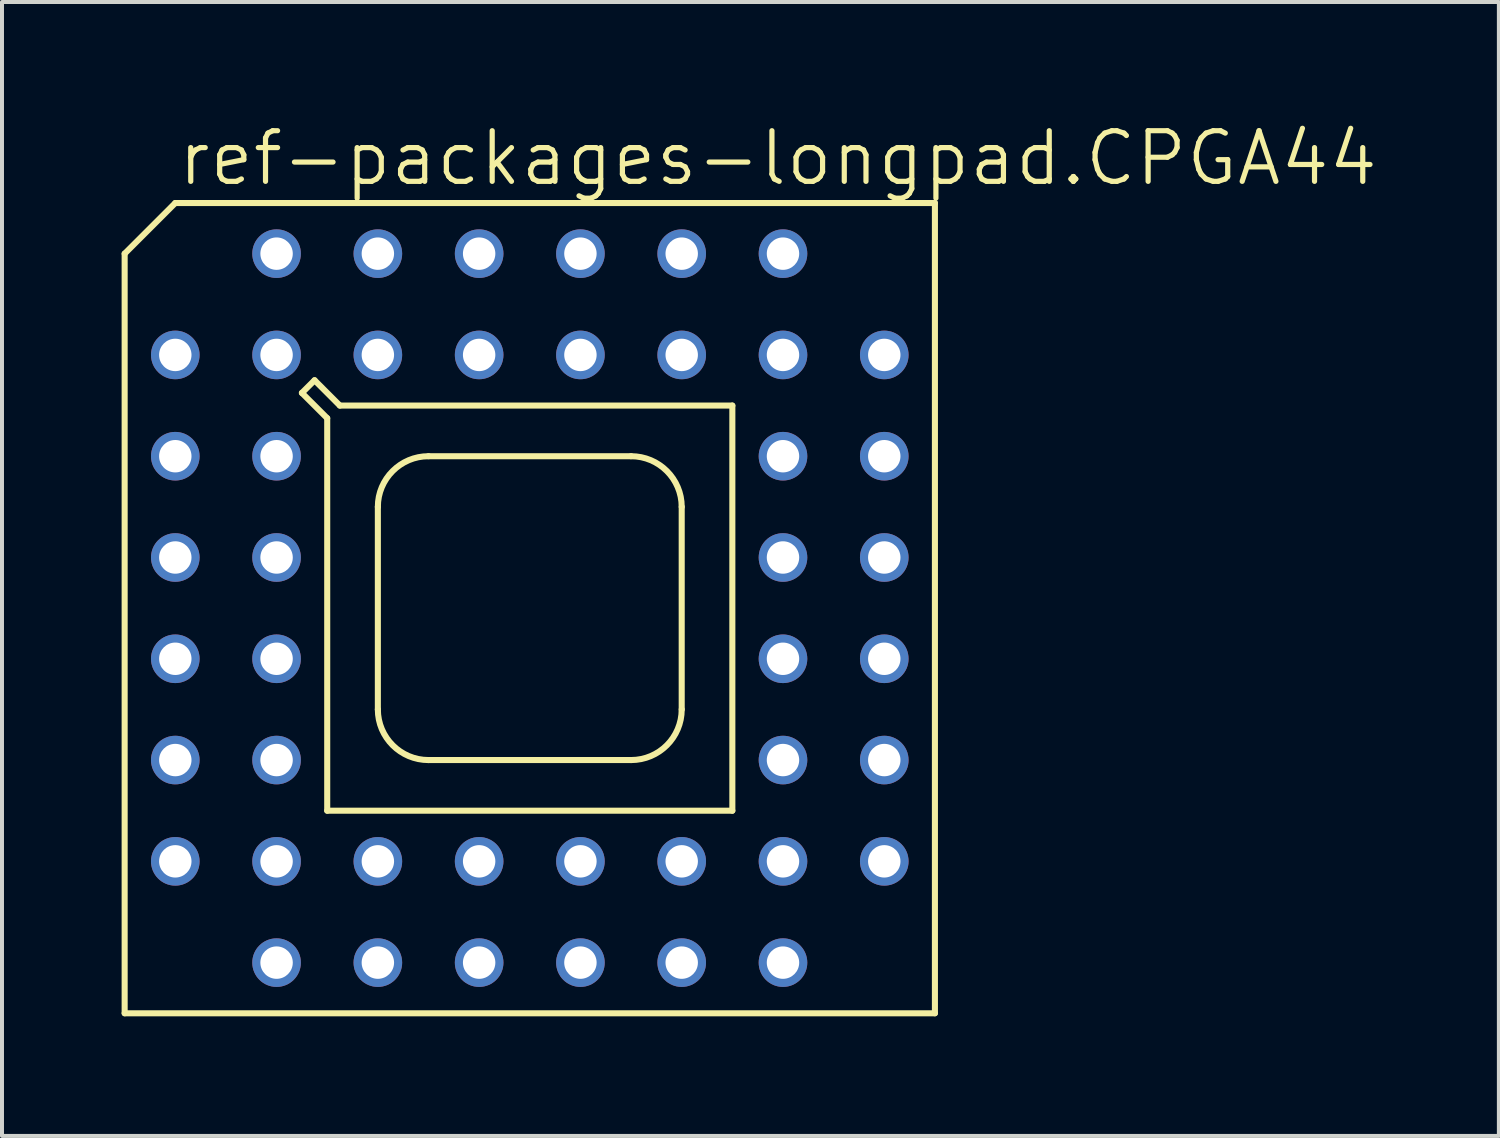
<source format=kicad_pcb>
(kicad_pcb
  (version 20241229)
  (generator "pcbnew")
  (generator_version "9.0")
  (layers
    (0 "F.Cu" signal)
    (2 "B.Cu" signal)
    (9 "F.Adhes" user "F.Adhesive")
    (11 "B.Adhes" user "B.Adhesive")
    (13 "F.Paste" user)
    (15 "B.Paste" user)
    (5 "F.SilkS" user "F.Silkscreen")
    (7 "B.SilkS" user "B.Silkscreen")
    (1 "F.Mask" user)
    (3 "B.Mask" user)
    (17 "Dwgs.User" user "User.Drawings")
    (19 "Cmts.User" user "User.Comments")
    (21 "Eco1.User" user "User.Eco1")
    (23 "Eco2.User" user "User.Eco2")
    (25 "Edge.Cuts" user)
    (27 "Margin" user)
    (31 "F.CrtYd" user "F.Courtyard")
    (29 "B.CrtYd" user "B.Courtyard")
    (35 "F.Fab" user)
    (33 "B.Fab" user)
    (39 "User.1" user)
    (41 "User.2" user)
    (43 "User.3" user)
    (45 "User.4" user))
  (footprint "ref-packages-longpad.CPGA44"
    (layer "F.Cu")
    (at 10.236 12.201)
    (property "Reference" "ref-packages-longpad.CPGA44" (at -8.89 -10.541 0) (layer "F.SilkS") (effects (font (size 1.27 1.27) (thickness 0.13)) (justify left bottom)))
    (attr through_hole)
    (fp_line (start -10.16 -8.89) (end -8.89 -10.16) (stroke (width 0.152) (type default)) (layer "F.SilkS"))
    (fp_line (start -10.16 10.16) (end -10.16 -8.89) (stroke (width 0.152) (type default)) (layer "F.SilkS"))
    (fp_line (start -10.16 10.16) (end 10.16 10.16) (stroke (width 0.152) (type default)) (layer "F.SilkS"))
    (fp_line (start -8.89 -10.16) (end 10.16 -10.16) (stroke (width 0.152) (type default)) (layer "F.SilkS"))
    (fp_line (start -5.715 -5.397) (end -5.397 -5.715) (stroke (width 0.152) (type default)) (layer "F.SilkS"))
    (fp_line (start -5.397 -5.715) (end -4.763 -5.08) (stroke (width 0.152) (type default)) (layer "F.SilkS"))
    (fp_line (start -5.08 -4.763) (end -5.715 -5.397) (stroke (width 0.152) (type default)) (layer "F.SilkS"))
    (fp_line (start -5.08 5.08) (end -5.08 -4.763) (stroke (width 0.152) (type default)) (layer "F.SilkS"))
    (fp_line (start -4.763 -5.08) (end 5.08 -5.08) (stroke (width 0.152) (type default)) (layer "F.SilkS"))
    (fp_line (start -3.81 2.54) (end -3.81 -2.54) (stroke (width 0.152) (type default)) (layer "F.SilkS"))
    (fp_line (start -2.54 -3.81) (end 2.54 -3.81) (stroke (width 0.152) (type default)) (layer "F.SilkS"))
    (fp_line (start 2.54 3.81) (end -2.54 3.81) (stroke (width 0.152) (type default)) (layer "F.SilkS"))
    (fp_line (start 3.81 -2.54) (end 3.81 2.54) (stroke (width 0.152) (type default)) (layer "F.SilkS"))
    (fp_line (start 5.08 -5.08) (end 5.08 5.08) (stroke (width 0.152) (type default)) (layer "F.SilkS"))
    (fp_line (start 5.08 5.08) (end -5.08 5.08) (stroke (width 0.152) (type default)) (layer "F.SilkS"))
    (fp_line (start 10.16 -10.16) (end 10.16 10.16) (stroke (width 0.152) (type default)) (layer "F.SilkS"))
    (fp_arc (start -3.81 -2.54) (mid -3.438026 -3.438026) (end -2.54 -3.81) (stroke (width 0.1524) (type default)) (layer "F.SilkS"))
    (fp_arc (start -2.54 3.81) (mid -3.438026 3.438026) (end -3.81 2.54) (stroke (width 0.1524) (type default)) (layer "F.SilkS"))
    (fp_arc (start 2.54 -3.81) (mid 3.438026 -3.438026) (end 3.81 -2.54) (stroke (width 0.1524) (type default)) (layer "F.SilkS"))
    (fp_arc (start 3.81 2.54) (mid 3.438026 3.438026) (end 2.54 3.81) (stroke (width 0.1524) (type default)) (layer "F.SilkS"))
    (pad "A2" thru_hole circle (at -6.35 -8.89) (size 1.219 1.219) (drill 0.813) (layers "*.Cu" "*.Mask"))
    (pad "A3" thru_hole circle (at -3.81 -8.89) (size 1.219 1.219) (drill 0.813) (layers "*.Cu" "*.Mask"))
    (pad "A4" thru_hole circle (at -1.27 -8.89) (size 1.219 1.219) (drill 0.813) (layers "*.Cu" "*.Mask"))
    (pad "A5" thru_hole circle (at 1.27 -8.89) (size 1.219 1.219) (drill 0.813) (layers "*.Cu" "*.Mask"))
    (pad "A6" thru_hole circle (at 3.81 -8.89) (size 1.219 1.219) (drill 0.813) (layers "*.Cu" "*.Mask"))
    (pad "A7" thru_hole circle (at 6.35 -8.89) (size 1.219 1.219) (drill 0.813) (layers "*.Cu" "*.Mask"))
    (pad "B1" thru_hole circle (at -8.89 -6.35) (size 1.219 1.219) (drill 0.813) (layers "*.Cu" "*.Mask"))
    (pad "B2" thru_hole circle (at -6.35 -6.35) (size 1.219 1.219) (drill 0.813) (layers "*.Cu" "*.Mask"))
    (pad "B3" thru_hole circle (at -3.81 -6.35) (size 1.219 1.219) (drill 0.813) (layers "*.Cu" "*.Mask"))
    (pad "B4" thru_hole circle (at -1.27 -6.35) (size 1.219 1.219) (drill 0.813) (layers "*.Cu" "*.Mask"))
    (pad "B5" thru_hole circle (at 1.27 -6.35) (size 1.219 1.219) (drill 0.813) (layers "*.Cu" "*.Mask"))
    (pad "B6" thru_hole circle (at 3.81 -6.35) (size 1.219 1.219) (drill 0.813) (layers "*.Cu" "*.Mask"))
    (pad "B7" thru_hole circle (at 6.35 -6.35) (size 1.219 1.219) (drill 0.813) (layers "*.Cu" "*.Mask"))
    (pad "B8" thru_hole circle (at 8.89 -6.35) (size 1.219 1.219) (drill 0.813) (layers "*.Cu" "*.Mask"))
    (pad "C1" thru_hole circle (at -8.89 -3.81) (size 1.219 1.219) (drill 0.813) (layers "*.Cu" "*.Mask"))
    (pad "C2" thru_hole circle (at -6.35 -3.81) (size 1.219 1.219) (drill 0.813) (layers "*.Cu" "*.Mask"))
    (pad "C7" thru_hole circle (at 6.35 -3.81) (size 1.219 1.219) (drill 0.813) (layers "*.Cu" "*.Mask"))
    (pad "C8" thru_hole circle (at 8.89 -3.81) (size 1.219 1.219) (drill 0.813) (layers "*.Cu" "*.Mask"))
    (pad "D1" thru_hole circle (at -8.89 -1.27) (size 1.219 1.219) (drill 0.813) (layers "*.Cu" "*.Mask"))
    (pad "D2" thru_hole circle (at -6.35 -1.27) (size 1.219 1.219) (drill 0.813) (layers "*.Cu" "*.Mask"))
    (pad "D7" thru_hole circle (at 6.35 -1.27) (size 1.219 1.219) (drill 0.813) (layers "*.Cu" "*.Mask"))
    (pad "D8" thru_hole circle (at 8.89 -1.27) (size 1.219 1.219) (drill 0.813) (layers "*.Cu" "*.Mask"))
    (pad "E1" thru_hole circle (at -8.89 1.27) (size 1.219 1.219) (drill 0.813) (layers "*.Cu" "*.Mask"))
    (pad "E2" thru_hole circle (at -6.35 1.27) (size 1.219 1.219) (drill 0.813) (layers "*.Cu" "*.Mask"))
    (pad "E7" thru_hole circle (at 6.35 1.27) (size 1.219 1.219) (drill 0.813) (layers "*.Cu" "*.Mask"))
    (pad "E8" thru_hole circle (at 8.89 1.27) (size 1.219 1.219) (drill 0.813) (layers "*.Cu" "*.Mask"))
    (pad "F1" thru_hole circle (at -8.89 3.81) (size 1.219 1.219) (drill 0.813) (layers "*.Cu" "*.Mask"))
    (pad "F2" thru_hole circle (at -6.35 3.81) (size 1.219 1.219) (drill 0.813) (layers "*.Cu" "*.Mask"))
    (pad "F7" thru_hole circle (at 6.35 3.81) (size 1.219 1.219) (drill 0.813) (layers "*.Cu" "*.Mask"))
    (pad "F8" thru_hole circle (at 8.89 3.81) (size 1.219 1.219) (drill 0.813) (layers "*.Cu" "*.Mask"))
    (pad "G1" thru_hole circle (at -8.89 6.35) (size 1.219 1.219) (drill 0.813) (layers "*.Cu" "*.Mask"))
    (pad "G2" thru_hole circle (at -6.35 6.35) (size 1.219 1.219) (drill 0.813) (layers "*.Cu" "*.Mask"))
    (pad "G3" thru_hole circle (at -3.81 6.35) (size 1.219 1.219) (drill 0.813) (layers "*.Cu" "*.Mask"))
    (pad "G4" thru_hole circle (at -1.27 6.35) (size 1.219 1.219) (drill 0.813) (layers "*.Cu" "*.Mask"))
    (pad "G5" thru_hole circle (at 1.27 6.35) (size 1.219 1.219) (drill 0.813) (layers "*.Cu" "*.Mask"))
    (pad "G6" thru_hole circle (at 3.81 6.35) (size 1.219 1.219) (drill 0.813) (layers "*.Cu" "*.Mask"))
    (pad "G7" thru_hole circle (at 6.35 6.35) (size 1.219 1.219) (drill 0.813) (layers "*.Cu" "*.Mask"))
    (pad "G8" thru_hole circle (at 8.89 6.35) (size 1.219 1.219) (drill 0.813) (layers "*.Cu" "*.Mask"))
    (pad "H2" thru_hole circle (at -6.35 8.89) (size 1.219 1.219) (drill 0.813) (layers "*.Cu" "*.Mask"))
    (pad "H3" thru_hole circle (at -3.81 8.89) (size 1.219 1.219) (drill 0.813) (layers "*.Cu" "*.Mask"))
    (pad "H4" thru_hole circle (at -1.27 8.89) (size 1.219 1.219) (drill 0.813) (layers "*.Cu" "*.Mask"))
    (pad "H5" thru_hole circle (at 1.27 8.89) (size 1.219 1.219) (drill 0.813) (layers "*.Cu" "*.Mask"))
    (pad "H6" thru_hole circle (at 3.81 8.89) (size 1.219 1.219) (drill 0.813) (layers "*.Cu" "*.Mask"))
    (pad "H7" thru_hole circle (at 6.35 8.89) (size 1.219 1.219) (drill 0.813) (layers "*.Cu" "*.Mask")))
  (gr_rect
    (start -3 -3)
    (end 34.539 25.437)
    (stroke (width 0.1) (type default))
    (fill no)
    (layer "Edge.Cuts")))
</source>
